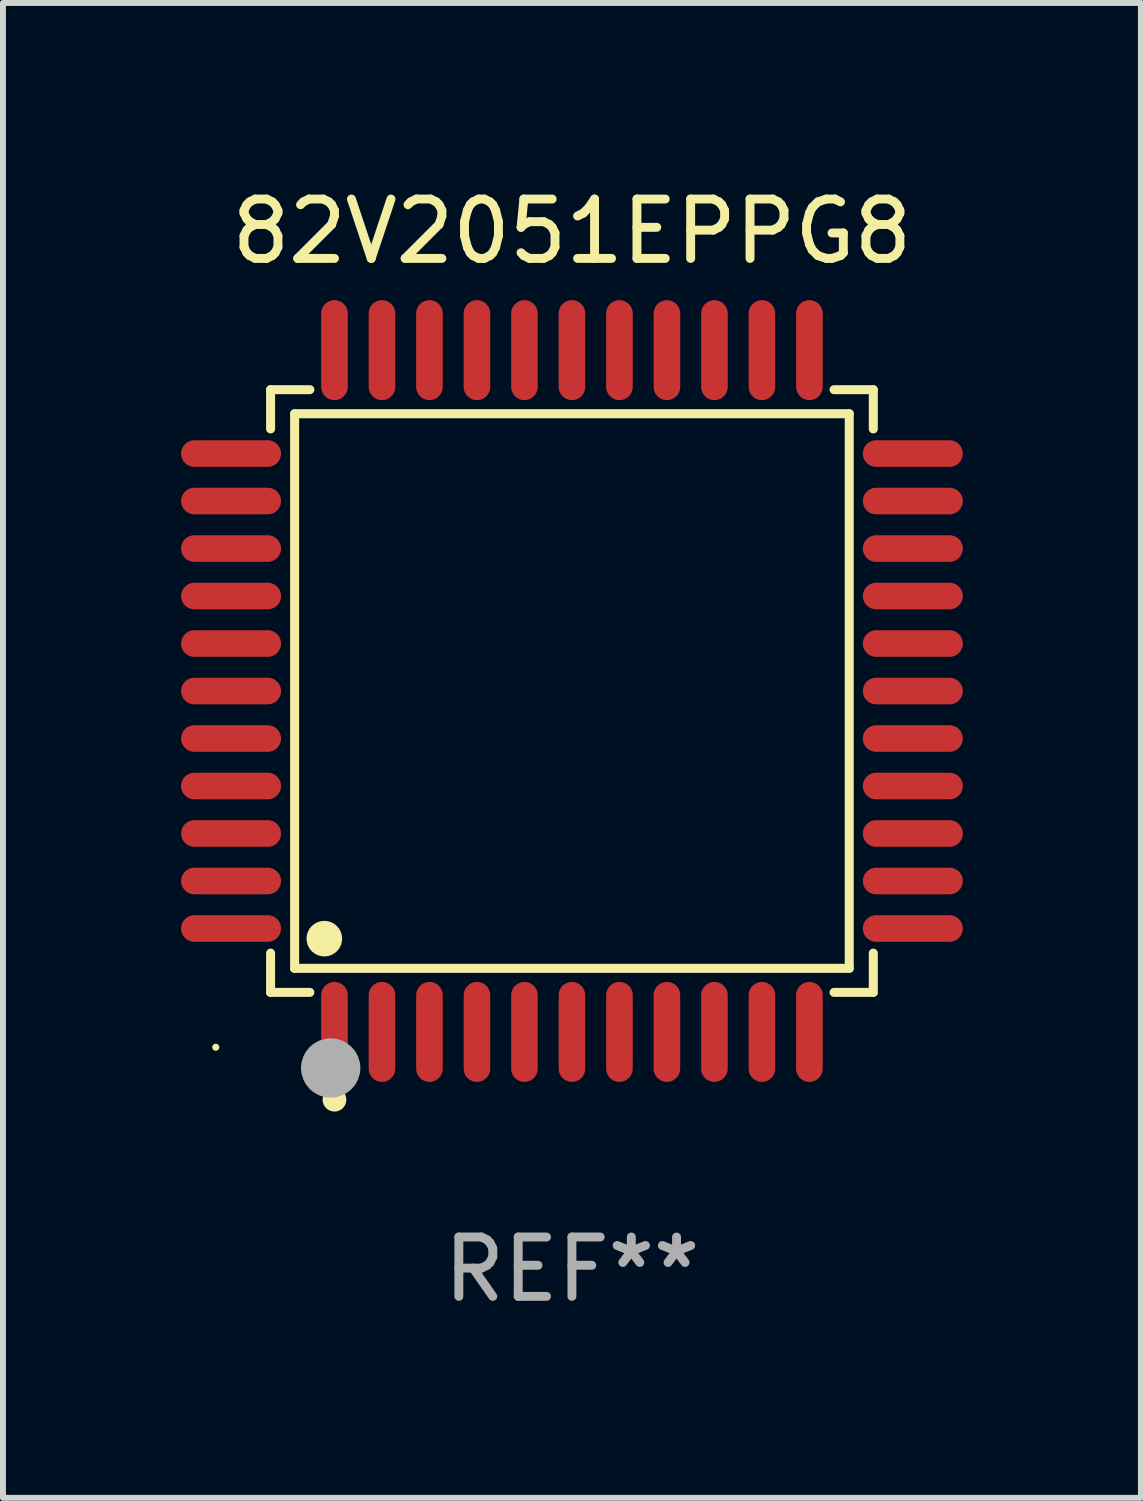
<source format=kicad_pcb>
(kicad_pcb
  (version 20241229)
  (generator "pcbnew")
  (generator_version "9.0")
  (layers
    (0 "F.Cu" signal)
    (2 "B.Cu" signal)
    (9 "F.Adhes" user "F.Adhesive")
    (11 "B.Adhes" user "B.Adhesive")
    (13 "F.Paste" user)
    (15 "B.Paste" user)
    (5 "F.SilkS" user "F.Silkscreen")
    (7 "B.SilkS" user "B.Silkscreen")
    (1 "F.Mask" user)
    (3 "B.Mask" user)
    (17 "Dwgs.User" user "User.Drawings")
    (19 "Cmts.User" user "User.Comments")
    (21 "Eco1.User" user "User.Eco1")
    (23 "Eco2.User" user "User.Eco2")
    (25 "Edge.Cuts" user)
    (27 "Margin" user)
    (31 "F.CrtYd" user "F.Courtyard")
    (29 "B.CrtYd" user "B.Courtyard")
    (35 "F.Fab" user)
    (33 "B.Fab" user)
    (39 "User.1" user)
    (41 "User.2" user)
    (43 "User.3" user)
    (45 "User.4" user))
  (footprint "82V2051EPPG8"
    (layer "F.Cu")
    (at 6.584 8.59)
    (property "Reference" "82V2051EPPG8" (at 0 -7.742 0) (layer "F.SilkS") (effects (font (size 1 1) (thickness 0.15))))
    (attr through_hole)
    (fp_line (start -5.076 -5.076) (end -4.415 -5.076) (stroke (width 0.152) (type solid)) (layer "F.SilkS"))
    (fp_line (start -5.076 -4.415) (end -5.076 -5.076) (stroke (width 0.152) (type solid)) (layer "F.SilkS"))
    (fp_line (start -5.076 4.415) (end -5.076 5.076) (stroke (width 0.152) (type solid)) (layer "F.SilkS"))
    (fp_line (start -5.076 5.076) (end -4.415 5.076) (stroke (width 0.152) (type solid)) (layer "F.SilkS"))
    (fp_line (start -4.671 -4.671) (end 4.671 -4.671) (stroke (width 0.152) (type solid)) (layer "F.SilkS"))
    (fp_line (start -4.671 4.671) (end -4.671 -4.671) (stroke (width 0.152) (type solid)) (layer "F.SilkS"))
    (fp_line (start 4.671 -4.671) (end 4.671 4.671) (stroke (width 0.152) (type solid)) (layer "F.SilkS"))
    (fp_line (start 4.671 4.671) (end -4.671 4.671) (stroke (width 0.152) (type solid)) (layer "F.SilkS"))
    (fp_line (start 5.076 -5.076) (end 4.415 -5.076) (stroke (width 0.152) (type solid)) (layer "F.SilkS"))
    (fp_line (start 5.076 -4.415) (end 5.076 -5.076) (stroke (width 0.152) (type solid)) (layer "F.SilkS"))
    (fp_line (start 5.076 4.415) (end 5.076 5.076) (stroke (width 0.152) (type solid)) (layer "F.SilkS"))
    (fp_line (start 5.076 5.076) (end 4.415 5.076) (stroke (width 0.152) (type solid)) (layer "F.SilkS"))
    (fp_circle (center -6 6) (end -5.97 6) (stroke (width 0.06) (type solid)) (fill no) (layer "F.SilkS"))
    (fp_circle (center -4.171 4.171) (end -4.021 4.171) (stroke (width 0.3) (type solid)) (fill no) (layer "F.SilkS"))
    (fp_circle (center -4 6.884) (end -3.9 6.884) (stroke (width 0.2) (type solid)) (fill no) (layer "F.SilkS"))
    (fp_circle (center -4.064 6.35) (end -3.814 6.35) (stroke (width 0.5) (type solid)) (fill no) (layer "F.Fab"))
    (fp_text user "REF**" (at 0 9.742 0) (layer "F.Fab") (effects (font (size 1 1) (thickness 0.15))))
    (pad "1" smd oval (at -4 5.742) (size 0.448 1.684) (layers "F.Cu" "F.Mask" "F.Paste"))
    (pad "2" smd oval (at -3.2 5.742) (size 0.448 1.684) (layers "F.Cu" "F.Mask" "F.Paste"))
    (pad "3" smd oval (at -2.4 5.742) (size 0.448 1.684) (layers "F.Cu" "F.Mask" "F.Paste"))
    (pad "4" smd oval (at -1.6 5.742) (size 0.448 1.684) (layers "F.Cu" "F.Mask" "F.Paste"))
    (pad "5" smd oval (at -0.8 5.742) (size 0.448 1.684) (layers "F.Cu" "F.Mask" "F.Paste"))
    (pad "6" smd oval (at 0 5.742) (size 0.448 1.684) (layers "F.Cu" "F.Mask" "F.Paste"))
    (pad "7" smd oval (at 0.8 5.742) (size 0.448 1.684) (layers "F.Cu" "F.Mask" "F.Paste"))
    (pad "8" smd oval (at 1.6 5.742) (size 0.448 1.684) (layers "F.Cu" "F.Mask" "F.Paste"))
    (pad "9" smd oval (at 2.4 5.742) (size 0.448 1.684) (layers "F.Cu" "F.Mask" "F.Paste"))
    (pad "10" smd oval (at 3.2 5.742) (size 0.448 1.684) (layers "F.Cu" "F.Mask" "F.Paste"))
    (pad "11" smd oval (at 4 5.742) (size 0.448 1.684) (layers "F.Cu" "F.Mask" "F.Paste"))
    (pad "12" smd oval (at 5.742 4) (size 1.684 0.448) (layers "F.Cu" "F.Mask" "F.Paste"))
    (pad "13" smd oval (at 5.742 3.2) (size 1.684 0.448) (layers "F.Cu" "F.Mask" "F.Paste"))
    (pad "14" smd oval (at 5.742 2.4) (size 1.684 0.448) (layers "F.Cu" "F.Mask" "F.Paste"))
    (pad "15" smd oval (at 5.742 1.6) (size 1.684 0.448) (layers "F.Cu" "F.Mask" "F.Paste"))
    (pad "16" smd oval (at 5.742 0.8) (size 1.684 0.448) (layers "F.Cu" "F.Mask" "F.Paste"))
    (pad "17" smd oval (at 5.742 0) (size 1.684 0.448) (layers "F.Cu" "F.Mask" "F.Paste"))
    (pad "18" smd oval (at 5.742 -0.8) (size 1.684 0.448) (layers "F.Cu" "F.Mask" "F.Paste"))
    (pad "19" smd oval (at 5.742 -1.6) (size 1.684 0.448) (layers "F.Cu" "F.Mask" "F.Paste"))
    (pad "20" smd oval (at 5.742 -2.4) (size 1.684 0.448) (layers "F.Cu" "F.Mask" "F.Paste"))
    (pad "21" smd oval (at 5.742 -3.2) (size 1.684 0.448) (layers "F.Cu" "F.Mask" "F.Paste"))
    (pad "22" smd oval (at 5.742 -4) (size 1.684 0.448) (layers "F.Cu" "F.Mask" "F.Paste"))
    (pad "23" smd oval (at 4 -5.742) (size 0.448 1.684) (layers "F.Cu" "F.Mask" "F.Paste"))
    (pad "24" smd oval (at 3.2 -5.742) (size 0.448 1.684) (layers "F.Cu" "F.Mask" "F.Paste"))
    (pad "25" smd oval (at 2.4 -5.742) (size 0.448 1.684) (layers "F.Cu" "F.Mask" "F.Paste"))
    (pad "26" smd oval (at 1.6 -5.742) (size 0.448 1.684) (layers "F.Cu" "F.Mask" "F.Paste"))
    (pad "27" smd oval (at 0.8 -5.742) (size 0.448 1.684) (layers "F.Cu" "F.Mask" "F.Paste"))
    (pad "28" smd oval (at 0 -5.742) (size 0.448 1.684) (layers "F.Cu" "F.Mask" "F.Paste"))
    (pad "29" smd oval (at -0.8 -5.742) (size 0.448 1.684) (layers "F.Cu" "F.Mask" "F.Paste"))
    (pad "30" smd oval (at -1.6 -5.742) (size 0.448 1.684) (layers "F.Cu" "F.Mask" "F.Paste"))
    (pad "31" smd oval (at -2.4 -5.742) (size 0.448 1.684) (layers "F.Cu" "F.Mask" "F.Paste"))
    (pad "32" smd oval (at -3.2 -5.742) (size 0.448 1.684) (layers "F.Cu" "F.Mask" "F.Paste"))
    (pad "33" smd oval (at -4 -5.742) (size 0.448 1.684) (layers "F.Cu" "F.Mask" "F.Paste"))
    (pad "34" smd oval (at -5.742 -4) (size 1.684 0.448) (layers "F.Cu" "F.Mask" "F.Paste"))
    (pad "35" smd oval (at -5.742 -3.2) (size 1.684 0.448) (layers "F.Cu" "F.Mask" "F.Paste"))
    (pad "36" smd oval (at -5.742 -2.4) (size 1.684 0.448) (layers "F.Cu" "F.Mask" "F.Paste"))
    (pad "37" smd oval (at -5.742 -1.6) (size 1.684 0.448) (layers "F.Cu" "F.Mask" "F.Paste"))
    (pad "38" smd oval (at -5.742 -0.8) (size 1.684 0.448) (layers "F.Cu" "F.Mask" "F.Paste"))
    (pad "39" smd oval (at -5.742 0) (size 1.684 0.448) (layers "F.Cu" "F.Mask" "F.Paste"))
    (pad "40" smd oval (at -5.742 0.8) (size 1.684 0.448) (layers "F.Cu" "F.Mask" "F.Paste"))
    (pad "41" smd oval (at -5.742 1.6) (size 1.684 0.448) (layers "F.Cu" "F.Mask" "F.Paste"))
    (pad "42" smd oval (at -5.742 2.4) (size 1.684 0.448) (layers "F.Cu" "F.Mask" "F.Paste"))
    (pad "43" smd oval (at -5.742 3.2) (size 1.684 0.448) (layers "F.Cu" "F.Mask" "F.Paste"))
    (pad "44" smd oval (at -5.742 4) (size 1.684 0.448) (layers "F.Cu" "F.Mask" "F.Paste")))
  (gr_rect
    (start -3 -3)
    (end 16.168 22.18)
    (stroke (width 0.1) (type default))
    (fill no)
    (layer "Edge.Cuts")))
</source>
